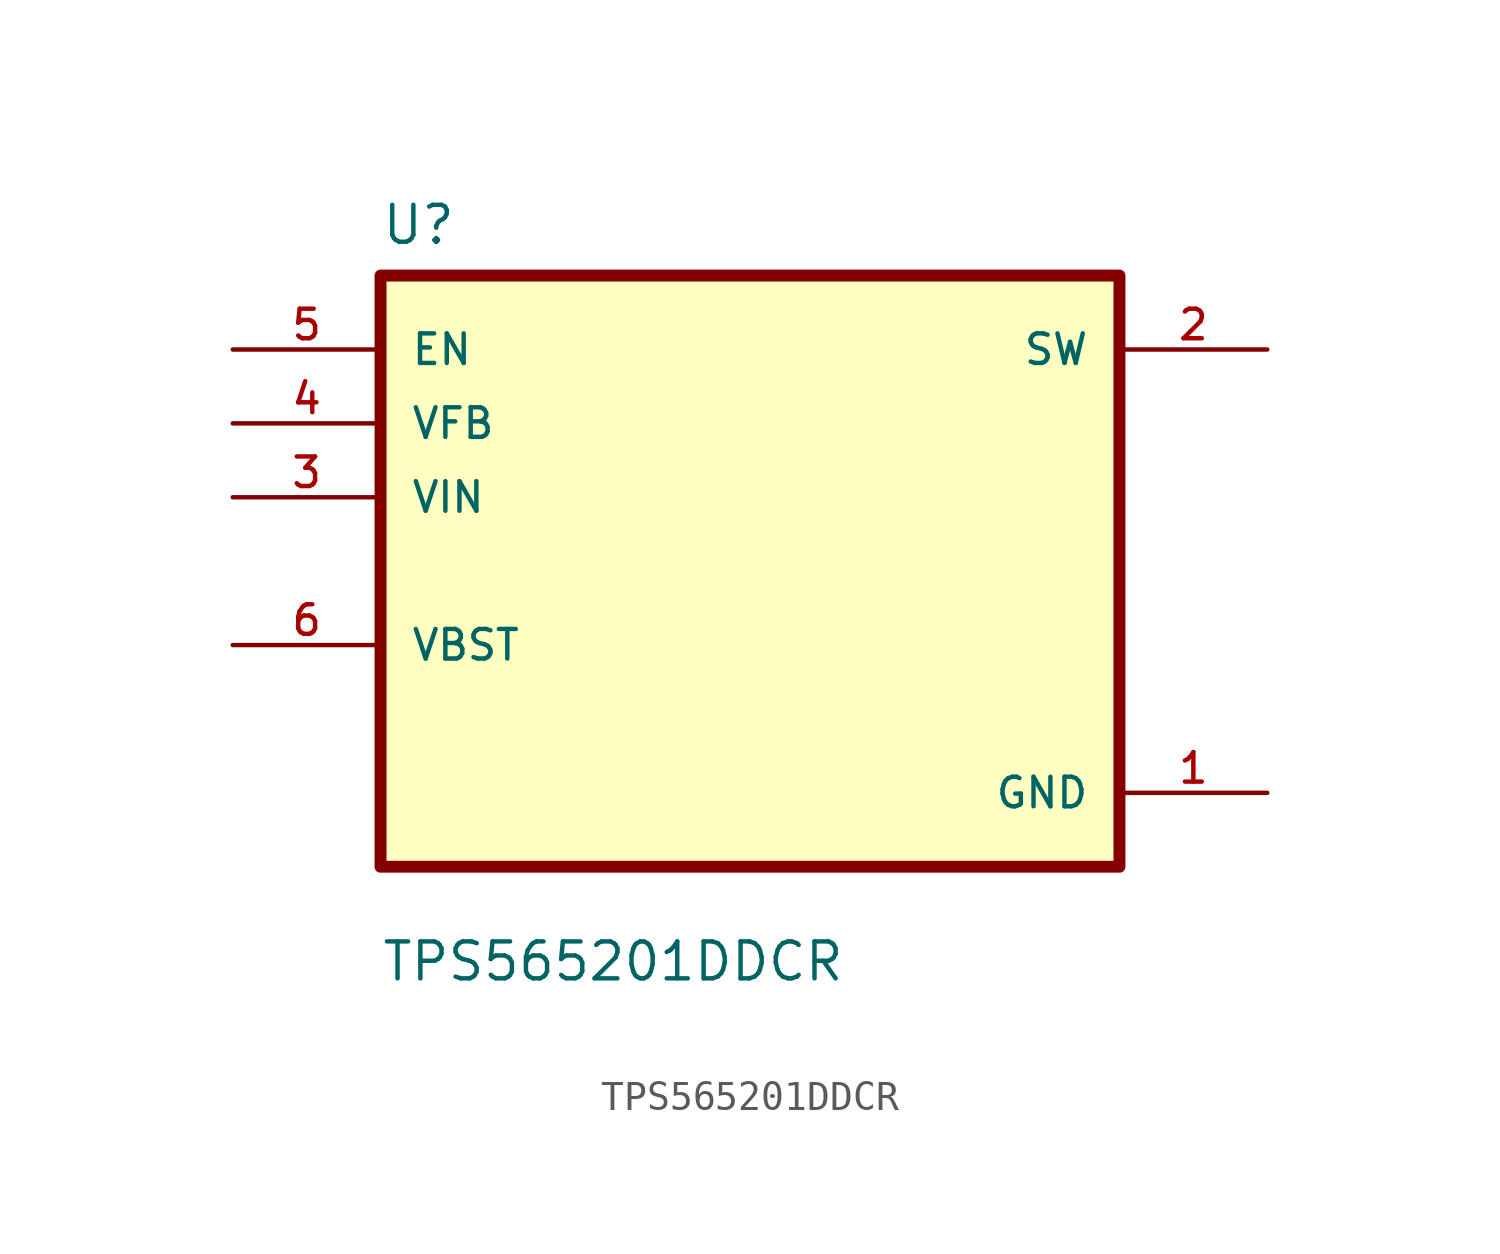
<source format=kicad_sym>
(kicad_symbol_lib
  (version 20211014)
  (generator kicad_symbol_editor)
  (symbol "TPS565201DDCR"
    (pin_names
      (offset 1.016))
    (property "Reference" "U"
      (at -12.7 11.16 0.0)
      (effects (font (size 1.27 1.27)) (justify bottom left)))
    (property "Value" "TPS565201DDCR"
      (at -12.7 -14.16 0.0)
      (effects (font (size 1.27 1.27)) (justify bottom left)))
    (symbol "TPS565201DDCR_0_0"
      (rectangle (start -12.7 -10.16) (end 12.7 10.16) (stroke (width 0.41)) (fill (type background)))
      (pin input line (at -17.78 7.62 0) (length 5.08) (name "EN" (effects (font (size 1.016 1.016)))) (number "5" (effects (font (size 1.016 1.016)))))
      (pin input line (at -17.78 5.08 0) (length 5.08) (name "VFB" (effects (font (size 1.016 1.016)))) (number "4" (effects (font (size 1.016 1.016)))))
      (pin input line (at -17.78 2.54 0) (length 5.08) (name "VIN" (effects (font (size 1.016 1.016)))) (number "3" (effects (font (size 1.016 1.016)))))
      (pin bidirectional line (at -17.78 -2.54 0) (length 5.08) (name "VBST" (effects (font (size 1.016 1.016)))) (number "6" (effects (font (size 1.016 1.016)))))
      (pin output line (at 17.78 7.62 180.0) (length 5.08) (name "SW" (effects (font (size 1.016 1.016)))) (number "2" (effects (font (size 1.016 1.016)))))
      (pin power_in line (at 17.78 -7.62 180.0) (length 5.08) (name "GND" (effects (font (size 1.016 1.016)))) (number "1" (effects (font (size 1.016 1.016))))))))
</source>
